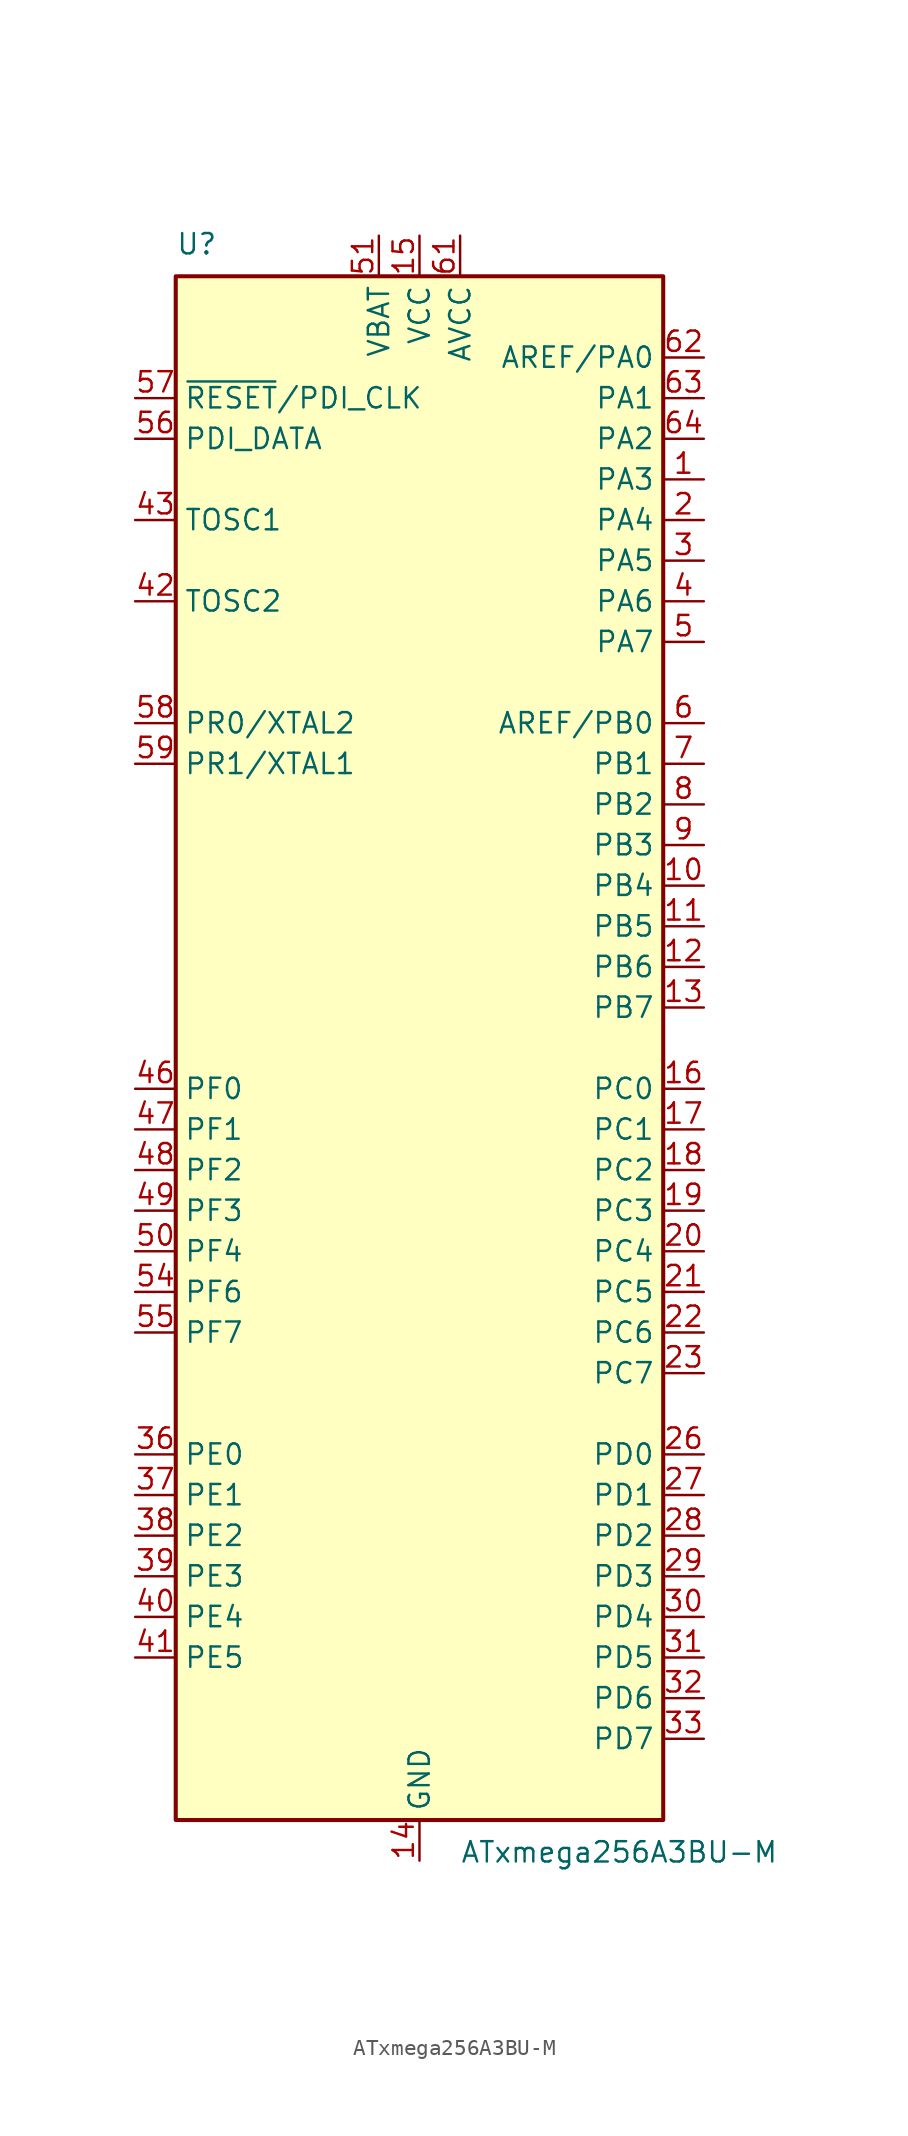
<source format=kicad_sym>
(kicad_symbol_lib
  (version 20211014)
  (generator kicad_symbol_editor)
  (symbol "ATxmega256A3BU-M"
    (property "Reference" "U"
      (at -15.24 49.53 0)
      (effects (font (size 1.27 1.27)) (justify left bottom)))
    (property "Value" "ATxmega256A3BU-M"
      (at 2.54 -49.53 0)
      (effects (font (size 1.27 1.27)) (justify left top)))
    (symbol "ATxmega256A3BU-M_0_1"
      (rectangle (start -15.24 -48.26) (end 15.24 48.26) (stroke (width 0.254) (type default) (color 0 0 0 0)) (fill (type background))))
    (symbol "ATxmega256A3BU-M_1_1"
      (pin bidirectional line (at 17.78 35.56 180) (length 2.54) (name "PA3" (effects (font (size 1.27 1.27)))) (number "1" (effects (font (size 1.27 1.27)))))
      (pin bidirectional line (at 17.78 10.16 180) (length 2.54) (name "PB4" (effects (font (size 1.27 1.27)))) (number "10" (effects (font (size 1.27 1.27)))))
      (pin bidirectional line (at 17.78 7.62 180) (length 2.54) (name "PB5" (effects (font (size 1.27 1.27)))) (number "11" (effects (font (size 1.27 1.27)))))
      (pin bidirectional line (at 17.78 5.08 180) (length 2.54) (name "PB6" (effects (font (size 1.27 1.27)))) (number "12" (effects (font (size 1.27 1.27)))))
      (pin bidirectional line (at 17.78 2.54 180) (length 2.54) (name "PB7" (effects (font (size 1.27 1.27)))) (number "13" (effects (font (size 1.27 1.27)))))
      (pin power_in line (at 0 -50.8 90) (length 2.54) (name "GND" (effects (font (size 1.27 1.27)))) (number "14" (effects (font (size 1.27 1.27)))))
      (pin power_in line (at 0 50.8 270) (length 2.54) (name "VCC" (effects (font (size 1.27 1.27)))) (number "15" (effects (font (size 1.27 1.27)))))
      (pin bidirectional line (at 17.78 -2.54 180) (length 2.54) (name "PC0" (effects (font (size 1.27 1.27)))) (number "16" (effects (font (size 1.27 1.27)))))
      (pin bidirectional line (at 17.78 -5.08 180) (length 2.54) (name "PC1" (effects (font (size 1.27 1.27)))) (number "17" (effects (font (size 1.27 1.27)))))
      (pin bidirectional line (at 17.78 -7.62 180) (length 2.54) (name "PC2" (effects (font (size 1.27 1.27)))) (number "18" (effects (font (size 1.27 1.27)))))
      (pin bidirectional line (at 17.78 -10.16 180) (length 2.54) (name "PC3" (effects (font (size 1.27 1.27)))) (number "19" (effects (font (size 1.27 1.27)))))
      (pin bidirectional line (at 17.78 33.02 180) (length 2.54) (name "PA4" (effects (font (size 1.27 1.27)))) (number "2" (effects (font (size 1.27 1.27)))))
      (pin bidirectional line (at 17.78 -12.7 180) (length 2.54) (name "PC4" (effects (font (size 1.27 1.27)))) (number "20" (effects (font (size 1.27 1.27)))))
      (pin bidirectional line (at 17.78 -15.24 180) (length 2.54) (name "PC5" (effects (font (size 1.27 1.27)))) (number "21" (effects (font (size 1.27 1.27)))))
      (pin bidirectional line (at 17.78 -17.78 180) (length 2.54) (name "PC6" (effects (font (size 1.27 1.27)))) (number "22" (effects (font (size 1.27 1.27)))))
      (pin bidirectional line (at 17.78 -20.32 180) (length 2.54) (name "PC7" (effects (font (size 1.27 1.27)))) (number "23" (effects (font (size 1.27 1.27)))))
      (pin passive line (at 0 -50.8 90) (length 2.54) hide (name "GND" (effects (font (size 1.27 1.27)))) (number "24" (effects (font (size 1.27 1.27)))))
      (pin passive line (at 0 50.8 270) (length 2.54) hide (name "VCC" (effects (font (size 1.27 1.27)))) (number "25" (effects (font (size 1.27 1.27)))))
      (pin bidirectional line (at 17.78 -25.4 180) (length 2.54) (name "PD0" (effects (font (size 1.27 1.27)))) (number "26" (effects (font (size 1.27 1.27)))))
      (pin bidirectional line (at 17.78 -27.94 180) (length 2.54) (name "PD1" (effects (font (size 1.27 1.27)))) (number "27" (effects (font (size 1.27 1.27)))))
      (pin bidirectional line (at 17.78 -30.48 180) (length 2.54) (name "PD2" (effects (font (size 1.27 1.27)))) (number "28" (effects (font (size 1.27 1.27)))))
      (pin bidirectional line (at 17.78 -33.02 180) (length 2.54) (name "PD3" (effects (font (size 1.27 1.27)))) (number "29" (effects (font (size 1.27 1.27)))))
      (pin bidirectional line (at 17.78 30.48 180) (length 2.54) (name "PA5" (effects (font (size 1.27 1.27)))) (number "3" (effects (font (size 1.27 1.27)))))
      (pin bidirectional line (at 17.78 -35.56 180) (length 2.54) (name "PD4" (effects (font (size 1.27 1.27)))) (number "30" (effects (font (size 1.27 1.27)))))
      (pin bidirectional line (at 17.78 -38.1 180) (length 2.54) (name "PD5" (effects (font (size 1.27 1.27)))) (number "31" (effects (font (size 1.27 1.27)))))
      (pin bidirectional line (at 17.78 -40.64 180) (length 2.54) (name "PD6" (effects (font (size 1.27 1.27)))) (number "32" (effects (font (size 1.27 1.27)))))
      (pin bidirectional line (at 17.78 -43.18 180) (length 2.54) (name "PD7" (effects (font (size 1.27 1.27)))) (number "33" (effects (font (size 1.27 1.27)))))
      (pin passive line (at 0 -50.8 90) (length 2.54) hide (name "GND" (effects (font (size 1.27 1.27)))) (number "34" (effects (font (size 1.27 1.27)))))
      (pin passive line (at 0 50.8 270) (length 2.54) hide (name "VCC" (effects (font (size 1.27 1.27)))) (number "35" (effects (font (size 1.27 1.27)))))
      (pin bidirectional line (at -17.78 -25.4 0) (length 2.54) (name "PE0" (effects (font (size 1.27 1.27)))) (number "36" (effects (font (size 1.27 1.27)))))
      (pin bidirectional line (at -17.78 -27.94 0) (length 2.54) (name "PE1" (effects (font (size 1.27 1.27)))) (number "37" (effects (font (size 1.27 1.27)))))
      (pin bidirectional line (at -17.78 -30.48 0) (length 2.54) (name "PE2" (effects (font (size 1.27 1.27)))) (number "38" (effects (font (size 1.27 1.27)))))
      (pin bidirectional line (at -17.78 -33.02 0) (length 2.54) (name "PE3" (effects (font (size 1.27 1.27)))) (number "39" (effects (font (size 1.27 1.27)))))
      (pin bidirectional line (at 17.78 27.94 180) (length 2.54) (name "PA6" (effects (font (size 1.27 1.27)))) (number "4" (effects (font (size 1.27 1.27)))))
      (pin bidirectional line (at -17.78 -35.56 0) (length 2.54) (name "PE4" (effects (font (size 1.27 1.27)))) (number "40" (effects (font (size 1.27 1.27)))))
      (pin bidirectional line (at -17.78 -38.1 0) (length 2.54) (name "PE5" (effects (font (size 1.27 1.27)))) (number "41" (effects (font (size 1.27 1.27)))))
      (pin passive line (at -17.78 27.94 0) (length 2.54) (name "TOSC2" (effects (font (size 1.27 1.27)))) (number "42" (effects (font (size 1.27 1.27)))))
      (pin input line (at -17.78 33.02 0) (length 2.54) (name "TOSC1" (effects (font (size 1.27 1.27)))) (number "43" (effects (font (size 1.27 1.27)))))
      (pin passive line (at 0 -50.8 90) (length 2.54) hide (name "GND" (effects (font (size 1.27 1.27)))) (number "44" (effects (font (size 1.27 1.27)))))
      (pin passive line (at 0 50.8 270) (length 2.54) hide (name "VCC" (effects (font (size 1.27 1.27)))) (number "45" (effects (font (size 1.27 1.27)))))
      (pin bidirectional line (at -17.78 -2.54 0) (length 2.54) (name "PF0" (effects (font (size 1.27 1.27)))) (number "46" (effects (font (size 1.27 1.27)))))
      (pin bidirectional line (at -17.78 -5.08 0) (length 2.54) (name "PF1" (effects (font (size 1.27 1.27)))) (number "47" (effects (font (size 1.27 1.27)))))
      (pin bidirectional line (at -17.78 -7.62 0) (length 2.54) (name "PF2" (effects (font (size 1.27 1.27)))) (number "48" (effects (font (size 1.27 1.27)))))
      (pin bidirectional line (at -17.78 -10.16 0) (length 2.54) (name "PF3" (effects (font (size 1.27 1.27)))) (number "49" (effects (font (size 1.27 1.27)))))
      (pin bidirectional line (at 17.78 25.4 180) (length 2.54) (name "PA7" (effects (font (size 1.27 1.27)))) (number "5" (effects (font (size 1.27 1.27)))))
      (pin bidirectional line (at -17.78 -12.7 0) (length 2.54) (name "PF4" (effects (font (size 1.27 1.27)))) (number "50" (effects (font (size 1.27 1.27)))))
      (pin power_in line (at -2.54 50.8 270) (length 2.54) (name "VBAT" (effects (font (size 1.27 1.27)))) (number "51" (effects (font (size 1.27 1.27)))))
      (pin passive line (at 0 -50.8 90) (length 2.54) hide (name "GND" (effects (font (size 1.27 1.27)))) (number "52" (effects (font (size 1.27 1.27)))))
      (pin passive line (at 0 50.8 270) (length 2.54) hide (name "VCC" (effects (font (size 1.27 1.27)))) (number "53" (effects (font (size 1.27 1.27)))))
      (pin bidirectional line (at -17.78 -15.24 0) (length 2.54) (name "PF6" (effects (font (size 1.27 1.27)))) (number "54" (effects (font (size 1.27 1.27)))))
      (pin bidirectional line (at -17.78 -17.78 0) (length 2.54) (name "PF7" (effects (font (size 1.27 1.27)))) (number "55" (effects (font (size 1.27 1.27)))))
      (pin bidirectional line (at -17.78 38.1 0) (length 2.54) (name "PDI_DATA" (effects (font (size 1.27 1.27)))) (number "56" (effects (font (size 1.27 1.27)))))
      (pin input line (at -17.78 40.64 0) (length 2.54) (name "~{RESET}/PDI_CLK" (effects (font (size 1.27 1.27)))) (number "57" (effects (font (size 1.27 1.27)))))
      (pin bidirectional line (at -17.78 20.32 0) (length 2.54) (name "PR0/XTAL2" (effects (font (size 1.27 1.27)))) (number "58" (effects (font (size 1.27 1.27)))))
      (pin bidirectional line (at -17.78 17.78 0) (length 2.54) (name "PR1/XTAL1" (effects (font (size 1.27 1.27)))) (number "59" (effects (font (size 1.27 1.27)))))
      (pin bidirectional line (at 17.78 20.32 180) (length 2.54) (name "AREF/PB0" (effects (font (size 1.27 1.27)))) (number "6" (effects (font (size 1.27 1.27)))))
      (pin passive line (at 0 -50.8 90) (length 2.54) hide (name "GND" (effects (font (size 1.27 1.27)))) (number "60" (effects (font (size 1.27 1.27)))))
      (pin power_in line (at 2.54 50.8 270) (length 2.54) (name "AVCC" (effects (font (size 1.27 1.27)))) (number "61" (effects (font (size 1.27 1.27)))))
      (pin bidirectional line (at 17.78 43.18 180) (length 2.54) (name "AREF/PA0" (effects (font (size 1.27 1.27)))) (number "62" (effects (font (size 1.27 1.27)))))
      (pin bidirectional line (at 17.78 40.64 180) (length 2.54) (name "PA1" (effects (font (size 1.27 1.27)))) (number "63" (effects (font (size 1.27 1.27)))))
      (pin bidirectional line (at 17.78 38.1 180) (length 2.54) (name "PA2" (effects (font (size 1.27 1.27)))) (number "64" (effects (font (size 1.27 1.27)))))
      (pin passive line (at 0 -50.8 90) (length 2.54) hide (name "GND" (effects (font (size 1.27 1.27)))) (number "65" (effects (font (size 1.27 1.27)))))
      (pin bidirectional line (at 17.78 17.78 180) (length 2.54) (name "PB1" (effects (font (size 1.27 1.27)))) (number "7" (effects (font (size 1.27 1.27)))))
      (pin bidirectional line (at 17.78 15.24 180) (length 2.54) (name "PB2" (effects (font (size 1.27 1.27)))) (number "8" (effects (font (size 1.27 1.27)))))
      (pin bidirectional line (at 17.78 12.7 180) (length 2.54) (name "PB3" (effects (font (size 1.27 1.27)))) (number "9" (effects (font (size 1.27 1.27))))))))
</source>
